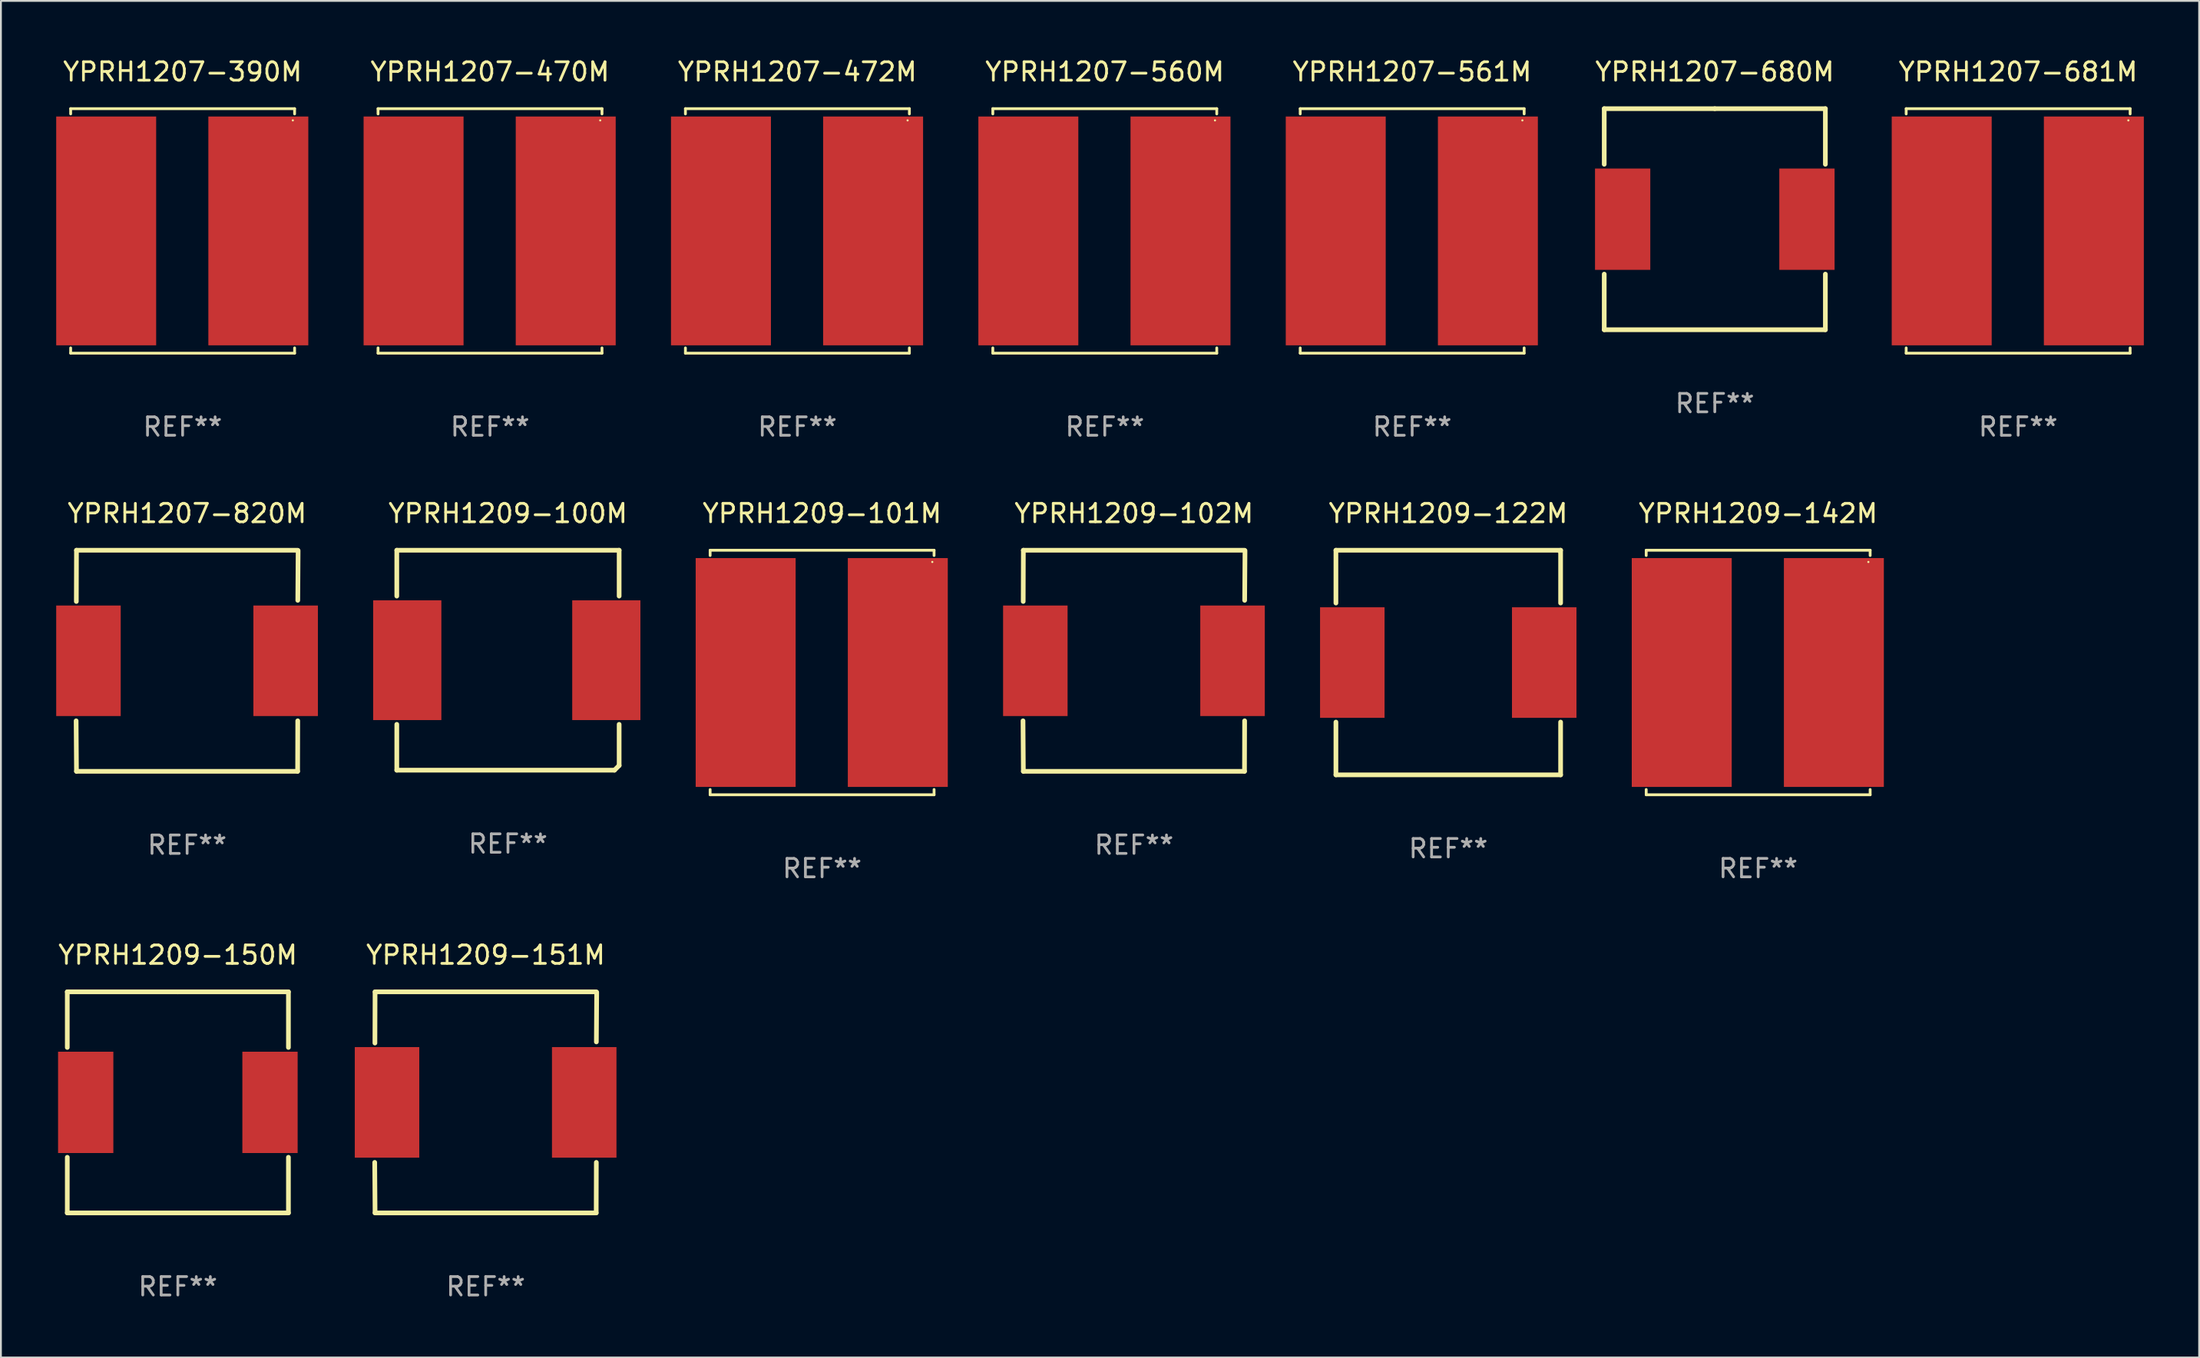
<source format=kicad_pcb>
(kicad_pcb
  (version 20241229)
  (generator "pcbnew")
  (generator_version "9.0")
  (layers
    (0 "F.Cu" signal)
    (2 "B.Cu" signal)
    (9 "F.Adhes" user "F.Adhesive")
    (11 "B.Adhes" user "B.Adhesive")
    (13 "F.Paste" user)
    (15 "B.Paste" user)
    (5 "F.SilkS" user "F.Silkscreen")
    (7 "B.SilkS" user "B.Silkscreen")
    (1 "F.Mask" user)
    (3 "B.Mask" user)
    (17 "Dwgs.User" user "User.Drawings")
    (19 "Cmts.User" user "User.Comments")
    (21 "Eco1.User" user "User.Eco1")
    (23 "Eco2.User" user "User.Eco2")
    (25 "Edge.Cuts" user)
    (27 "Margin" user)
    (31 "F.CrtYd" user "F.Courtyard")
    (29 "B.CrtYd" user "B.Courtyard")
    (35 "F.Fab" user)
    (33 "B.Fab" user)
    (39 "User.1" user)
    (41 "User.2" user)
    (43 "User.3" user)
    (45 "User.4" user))
  (footprint "YPRH1209-102M"
    (layer "F.Cu")
    (at 58.485 32.817)
    (property "Reference" "YPRH1209-102M" (at 0 -8 0) (layer "F.SilkS") (effects (font (size 1 1) (thickness 0.15))))
    (attr through_hole)
    (fp_line (start -6.012 -3.22) (end -6.004 -6) (stroke (width 0.254) (type solid)) (layer "F.SilkS"))
    (fp_line (start -6.004 -6) (end 5.996 -6) (stroke (width 0.254) (type solid)) (layer "F.SilkS"))
    (fp_line (start -6.004 6) (end -6.023 3.258) (stroke (width 0.254) (type solid)) (layer "F.SilkS"))
    (fp_line (start -6.004 6) (end 5.996 6) (stroke (width 0.254) (type solid)) (layer "F.SilkS"))
    (fp_line (start 5.996 6) (end 6.003 3.258) (stroke (width 0.254) (type solid)) (layer "F.SilkS"))
    (fp_line (start 6.005 -3.282) (end 6.023 -5.98) (stroke (width 0.254) (type solid)) (layer "F.SilkS"))
    (fp_circle (center -6.004 6) (end -5.974 6) (stroke (width 0.06) (type solid)) (fill no) (layer "F.SilkS"))
    (fp_text user "REF**" (at 0 10 0) (layer "F.Fab") (effects (font (size 1 1) (thickness 0.15))))
    (pad "1" smd rect (at -5.354 0) (size 3.5 6) (layers "F.Cu" "F.Mask" "F.Paste"))
    (pad "2" smd rect (at 5.346 0) (size 3.5 6) (layers "F.Cu" "F.Mask" "F.Paste")))
  (footprint "YPRH1209-142M"
    (layer "F.Cu")
    (at 92.355 33.453)
    (property "Reference" "YPRH1209-142M" (at 0 -8.636 0) (layer "F.SilkS") (effects (font (size 1 1) (thickness 0.15))))
    (attr through_hole)
    (fp_line (start -6.076 -6.636) (end -6.076 -6.35) (stroke (width 0.152) (type solid)) (layer "F.SilkS"))
    (fp_line (start -6.076 6.636) (end -6.076 6.35) (stroke (width 0.152) (type solid)) (layer "F.SilkS"))
    (fp_line (start 6.076 -6.636) (end -6.076 -6.636) (stroke (width 0.152) (type solid)) (layer "F.SilkS"))
    (fp_line (start 6.076 -6.35) (end 6.076 -6.636) (stroke (width 0.152) (type solid)) (layer "F.SilkS"))
    (fp_line (start 6.076 6.35) (end 6.076 6.636) (stroke (width 0.152) (type solid)) (layer "F.SilkS"))
    (fp_line (start 6.076 6.636) (end -6.076 6.636) (stroke (width 0.152) (type solid)) (layer "F.SilkS"))
    (fp_circle (center 5.98 -6) (end 6.01 -6) (stroke (width 0.06) (type solid)) (fill no) (layer "F.SilkS"))
    (fp_text user "REF**" (at 0 10.636 0) (layer "F.Fab") (effects (font (size 1 1) (thickness 0.15))))
    (pad "1" smd rect (at 4.108 0) (size 5.424 12.42) (layers "F.Cu" "F.Mask" "F.Paste"))
    (pad "2" smd rect (at -4.148 0) (size 5.424 12.42) (layers "F.Cu" "F.Mask" "F.Paste")))
  (footprint "YPRH1209-100M"
    (layer "F.Cu")
    (at 24.514 32.786)
    (property "Reference" "YPRH1209-100M" (at 0 -7.969 0) (layer "F.SilkS") (effects (font (size 1 1) (thickness 0.15))))
    (attr through_hole)
    (fp_line (start -6.033 -5.969) (end 6.033 -5.969) (stroke (width 0.254) (type solid)) (layer "F.SilkS"))
    (fp_line (start -6.033 -3.481) (end -6.033 -5.969) (stroke (width 0.254) (type solid)) (layer "F.SilkS"))
    (fp_line (start -6.033 5.969) (end -6.033 3.481) (stroke (width 0.254) (type solid)) (layer "F.SilkS"))
    (fp_line (start 5.779 5.969) (end -6.033 5.969) (stroke (width 0.254) (type solid)) (layer "F.SilkS"))
    (fp_line (start 6.033 -5.969) (end 6.033 -3.481) (stroke (width 0.254) (type solid)) (layer "F.SilkS"))
    (fp_line (start 6.033 3.481) (end 6.033 5.715) (stroke (width 0.254) (type solid)) (layer "F.SilkS"))
    (fp_line (start 6.033 5.715) (end 5.779 5.969) (stroke (width 0.254) (type solid)) (layer "F.SilkS"))
    (fp_circle (center 5.936 -6) (end 5.966 -6) (stroke (width 0.06) (type solid)) (fill no) (layer "F.SilkS"))
    (fp_text user "REF**" (at 0 9.969 0) (layer "F.Fab") (effects (font (size 1 1) (thickness 0.15))))
    (pad "1" smd rect (at 5.337 0) (size 3.7 6.5) (layers "F.Cu" "F.Mask" "F.Paste"))
    (pad "2" smd rect (at -5.464 0) (size 3.7 6.5) (layers "F.Cu" "F.Mask" "F.Paste")))
  (footprint "YPRH1207-561M"
    (layer "F.Cu")
    (at 73.58 9.484)
    (property "Reference" "YPRH1207-561M" (at 0 -8.636 0) (layer "F.SilkS") (effects (font (size 1 1) (thickness 0.15))))
    (attr through_hole)
    (fp_line (start -6.076 -6.636) (end -6.076 -6.35) (stroke (width 0.152) (type solid)) (layer "F.SilkS"))
    (fp_line (start -6.076 6.636) (end -6.076 6.35) (stroke (width 0.152) (type solid)) (layer "F.SilkS"))
    (fp_line (start 6.076 -6.636) (end -6.076 -6.636) (stroke (width 0.152) (type solid)) (layer "F.SilkS"))
    (fp_line (start 6.076 -6.35) (end 6.076 -6.636) (stroke (width 0.152) (type solid)) (layer "F.SilkS"))
    (fp_line (start 6.076 6.35) (end 6.076 6.636) (stroke (width 0.152) (type solid)) (layer "F.SilkS"))
    (fp_line (start 6.076 6.636) (end -6.076 6.636) (stroke (width 0.152) (type solid)) (layer "F.SilkS"))
    (fp_circle (center 5.98 -6) (end 6.01 -6) (stroke (width 0.06) (type solid)) (fill no) (layer "F.SilkS"))
    (fp_text user "REF**" (at 0 10.636 0) (layer "F.Fab") (effects (font (size 1 1) (thickness 0.15))))
    (pad "1" smd rect (at 4.108 0) (size 5.424 12.42) (layers "F.Cu" "F.Mask" "F.Paste"))
    (pad "2" smd rect (at -4.148 0) (size 5.424 12.42) (layers "F.Cu" "F.Mask" "F.Paste")))
  (footprint "YPRH1207-820M"
    (layer "F.Cu")
    (at 7.104 32.817)
    (property "Reference" "YPRH1207-820M" (at 0 -8 0) (layer "F.SilkS") (effects (font (size 1 1) (thickness 0.15))))
    (attr through_hole)
    (fp_line (start -6.012 -3.22) (end -6.004 -6) (stroke (width 0.254) (type solid)) (layer "F.SilkS"))
    (fp_line (start -6.004 -6) (end 5.996 -6) (stroke (width 0.254) (type solid)) (layer "F.SilkS"))
    (fp_line (start -6.004 6) (end -6.023 3.258) (stroke (width 0.254) (type solid)) (layer "F.SilkS"))
    (fp_line (start -6.004 6) (end 5.996 6) (stroke (width 0.254) (type solid)) (layer "F.SilkS"))
    (fp_line (start 5.996 6) (end 6.003 3.258) (stroke (width 0.254) (type solid)) (layer "F.SilkS"))
    (fp_line (start 6.005 -3.282) (end 6.023 -5.98) (stroke (width 0.254) (type solid)) (layer "F.SilkS"))
    (fp_circle (center -6.004 6) (end -5.974 6) (stroke (width 0.06) (type solid)) (fill no) (layer "F.SilkS"))
    (fp_text user "REF**" (at 0 10 0) (layer "F.Fab") (effects (font (size 1 1) (thickness 0.15))))
    (pad "1" smd rect (at -5.354 0) (size 3.5 6) (layers "F.Cu" "F.Mask" "F.Paste"))
    (pad "2" smd rect (at 5.346 0) (size 3.5 6) (layers "F.Cu" "F.Mask" "F.Paste")))
  (footprint "YPRH1209-151M"
    (layer "F.Cu")
    (at 23.306 56.786)
    (property "Reference" "YPRH1209-151M" (at 0 -8 0) (layer "F.SilkS") (effects (font (size 1 1) (thickness 0.15))))
    (attr through_hole)
    (fp_line (start -6.012 -3.22) (end -6.004 -6) (stroke (width 0.254) (type solid)) (layer "F.SilkS"))
    (fp_line (start -6.004 -6) (end 5.996 -6) (stroke (width 0.254) (type solid)) (layer "F.SilkS"))
    (fp_line (start -6.004 6) (end -6.023 3.258) (stroke (width 0.254) (type solid)) (layer "F.SilkS"))
    (fp_line (start -6.004 6) (end 5.996 6) (stroke (width 0.254) (type solid)) (layer "F.SilkS"))
    (fp_line (start 5.996 6) (end 6.003 3.258) (stroke (width 0.254) (type solid)) (layer "F.SilkS"))
    (fp_line (start 6.005 -3.282) (end 6.023 -5.98) (stroke (width 0.254) (type solid)) (layer "F.SilkS"))
    (fp_circle (center -6.004 6) (end -5.974 6) (stroke (width 0.06) (type solid)) (fill no) (layer "F.SilkS"))
    (fp_text user "REF**" (at 0 10 0) (layer "F.Fab") (effects (font (size 1 1) (thickness 0.15))))
    (pad "1" smd rect (at -5.354 0) (size 3.5 6) (layers "F.Cu" "F.Mask" "F.Paste"))
    (pad "2" smd rect (at 5.346 0) (size 3.5 6) (layers "F.Cu" "F.Mask" "F.Paste")))
  (footprint "YPRH1209-122M"
    (layer "F.Cu")
    (at 75.538 32.913)
    (property "Reference" "YPRH1209-122M" (at 0 -8.096 0) (layer "F.SilkS") (effects (font (size 1 1) (thickness 0.15))))
    (attr through_hole)
    (fp_line (start -6.096 -6.096) (end 6.096 -6.096) (stroke (width 0.254) (type solid)) (layer "F.SilkS"))
    (fp_line (start -6.096 -3.231) (end -6.096 -6.096) (stroke (width 0.254) (type solid)) (layer "F.SilkS"))
    (fp_line (start -6.096 6.096) (end -6.096 3.231) (stroke (width 0.254) (type solid)) (layer "F.SilkS"))
    (fp_line (start 6.096 -6.096) (end 6.096 -3.231) (stroke (width 0.254) (type solid)) (layer "F.SilkS"))
    (fp_line (start 6.096 3.231) (end 6.096 6.096) (stroke (width 0.254) (type solid)) (layer "F.SilkS"))
    (fp_line (start 6.096 6.096) (end -6.096 6.096) (stroke (width 0.254) (type solid)) (layer "F.SilkS"))
    (fp_circle (center 6 -6) (end 6.03 -6) (stroke (width 0.06) (type solid)) (fill no) (layer "F.SilkS"))
    (fp_text user "REF**" (at 0 10.096 0) (layer "F.Fab") (effects (font (size 1 1) (thickness 0.15))))
    (pad "1" smd rect (at 5.207 0) (size 3.5 6) (layers "F.Cu" "F.Mask" "F.Paste"))
    (pad "2" smd rect (at -5.207 0) (size 3.5 6) (layers "F.Cu" "F.Mask" "F.Paste")))
  (footprint "YPRH1207-560M"
    (layer "F.Cu")
    (at 56.9 9.484)
    (property "Reference" "YPRH1207-560M" (at 0 -8.636 0) (layer "F.SilkS") (effects (font (size 1 1) (thickness 0.15))))
    (attr through_hole)
    (fp_line (start -6.076 -6.636) (end -6.076 -6.35) (stroke (width 0.152) (type solid)) (layer "F.SilkS"))
    (fp_line (start -6.076 6.636) (end -6.076 6.35) (stroke (width 0.152) (type solid)) (layer "F.SilkS"))
    (fp_line (start 6.076 -6.636) (end -6.076 -6.636) (stroke (width 0.152) (type solid)) (layer "F.SilkS"))
    (fp_line (start 6.076 -6.35) (end 6.076 -6.636) (stroke (width 0.152) (type solid)) (layer "F.SilkS"))
    (fp_line (start 6.076 6.35) (end 6.076 6.636) (stroke (width 0.152) (type solid)) (layer "F.SilkS"))
    (fp_line (start 6.076 6.636) (end -6.076 6.636) (stroke (width 0.152) (type solid)) (layer "F.SilkS"))
    (fp_circle (center 5.98 -6) (end 6.01 -6) (stroke (width 0.06) (type solid)) (fill no) (layer "F.SilkS"))
    (fp_text user "REF**" (at 0 10.636 0) (layer "F.Fab") (effects (font (size 1 1) (thickness 0.15))))
    (pad "1" smd rect (at 4.108 0) (size 5.424 12.42) (layers "F.Cu" "F.Mask" "F.Paste"))
    (pad "2" smd rect (at -4.148 0) (size 5.424 12.42) (layers "F.Cu" "F.Mask" "F.Paste")))
  (footprint "YPRH1207-680M"
    (layer "F.Cu")
    (at 90.001 8.848)
    (property "Reference" "YPRH1207-680M" (at 0 -8 0) (layer "F.SilkS") (effects (font (size 1 1) (thickness 0.15))))
    (attr through_hole)
    (fp_line (start -6 -6) (end 0 -6) (stroke (width 0.254) (type solid)) (layer "F.SilkS"))
    (fp_line (start -6 -2.981) (end -6 -6) (stroke (width 0.254) (type solid)) (layer "F.SilkS"))
    (fp_line (start -6 6) (end -6 2.981) (stroke (width 0.254) (type solid)) (layer "F.SilkS"))
    (fp_line (start 0 -6) (end 6 -6) (stroke (width 0.254) (type solid)) (layer "F.SilkS"))
    (fp_line (start 6 -6) (end 6 -2.981) (stroke (width 0.254) (type solid)) (layer "F.SilkS"))
    (fp_line (start 6 2.981) (end 6 6) (stroke (width 0.254) (type solid)) (layer "F.SilkS"))
    (fp_line (start 6 6) (end -6 6) (stroke (width 0.254) (type solid)) (layer "F.SilkS"))
    (fp_circle (center -6 6) (end -5.97 6) (stroke (width 0.06) (type solid)) (fill no) (layer "F.SilkS"))
    (fp_text user "REF**" (at 0 10 0) (layer "F.Fab") (effects (font (size 1 1) (thickness 0.15))))
    (pad "1" smd rect (at -5 0) (size 3 5.5) (layers "F.Cu" "F.Mask" "F.Paste"))
    (pad "2" smd rect (at 5 0) (size 3 5.5) (layers "F.Cu" "F.Mask" "F.Paste")))
  (footprint "YPRH1207-470M"
    (layer "F.Cu")
    (at 23.54 9.484)
    (property "Reference" "YPRH1207-470M" (at 0 -8.636 0) (layer "F.SilkS") (effects (font (size 1 1) (thickness 0.15))))
    (attr through_hole)
    (fp_line (start -6.076 -6.636) (end -6.076 -6.35) (stroke (width 0.152) (type solid)) (layer "F.SilkS"))
    (fp_line (start -6.076 6.636) (end -6.076 6.35) (stroke (width 0.152) (type solid)) (layer "F.SilkS"))
    (fp_line (start 6.076 -6.636) (end -6.076 -6.636) (stroke (width 0.152) (type solid)) (layer "F.SilkS"))
    (fp_line (start 6.076 -6.35) (end 6.076 -6.636) (stroke (width 0.152) (type solid)) (layer "F.SilkS"))
    (fp_line (start 6.076 6.35) (end 6.076 6.636) (stroke (width 0.152) (type solid)) (layer "F.SilkS"))
    (fp_line (start 6.076 6.636) (end -6.076 6.636) (stroke (width 0.152) (type solid)) (layer "F.SilkS"))
    (fp_circle (center 5.98 -6) (end 6.01 -6) (stroke (width 0.06) (type solid)) (fill no) (layer "F.SilkS"))
    (fp_text user "REF**" (at 0 10.636 0) (layer "F.Fab") (effects (font (size 1 1) (thickness 0.15))))
    (pad "1" smd rect (at 4.108 0) (size 5.424 12.42) (layers "F.Cu" "F.Mask" "F.Paste"))
    (pad "2" smd rect (at -4.148 0) (size 5.424 12.42) (layers "F.Cu" "F.Mask" "F.Paste")))
  (footprint "YPRH1209-150M"
    (layer "F.Cu")
    (at 6.601 56.786)
    (property "Reference" "YPRH1209-150M" (at 0 -8 0) (layer "F.SilkS") (effects (font (size 1 1) (thickness 0.15))))
    (attr through_hole)
    (fp_line (start -6 -6) (end 0 -6) (stroke (width 0.254) (type solid)) (layer "F.SilkS"))
    (fp_line (start -6 -2.981) (end -6 -6) (stroke (width 0.254) (type solid)) (layer "F.SilkS"))
    (fp_line (start -6 6) (end -6 2.981) (stroke (width 0.254) (type solid)) (layer "F.SilkS"))
    (fp_line (start 0 -6) (end 6 -6) (stroke (width 0.254) (type solid)) (layer "F.SilkS"))
    (fp_line (start 6 -6) (end 6 -2.981) (stroke (width 0.254) (type solid)) (layer "F.SilkS"))
    (fp_line (start 6 2.981) (end 6 6) (stroke (width 0.254) (type solid)) (layer "F.SilkS"))
    (fp_line (start 6 6) (end -6 6) (stroke (width 0.254) (type solid)) (layer "F.SilkS"))
    (fp_circle (center -6 6) (end -5.97 6) (stroke (width 0.06) (type solid)) (fill no) (layer "F.SilkS"))
    (fp_text user "REF**" (at 0 10 0) (layer "F.Fab") (effects (font (size 1 1) (thickness 0.15))))
    (pad "1" smd rect (at -5 0) (size 3 5.5) (layers "F.Cu" "F.Mask" "F.Paste"))
    (pad "2" smd rect (at 5 0) (size 3 5.5) (layers "F.Cu" "F.Mask" "F.Paste")))
  (footprint "YPRH1209-101M"
    (layer "F.Cu")
    (at 41.56 33.453)
    (property "Reference" "YPRH1209-101M" (at 0 -8.636 0) (layer "F.SilkS") (effects (font (size 1 1) (thickness 0.15))))
    (attr through_hole)
    (fp_line (start -6.076 -6.636) (end -6.076 -6.35) (stroke (width 0.152) (type solid)) (layer "F.SilkS"))
    (fp_line (start -6.076 6.636) (end -6.076 6.35) (stroke (width 0.152) (type solid)) (layer "F.SilkS"))
    (fp_line (start 6.076 -6.636) (end -6.076 -6.636) (stroke (width 0.152) (type solid)) (layer "F.SilkS"))
    (fp_line (start 6.076 -6.35) (end 6.076 -6.636) (stroke (width 0.152) (type solid)) (layer "F.SilkS"))
    (fp_line (start 6.076 6.35) (end 6.076 6.636) (stroke (width 0.152) (type solid)) (layer "F.SilkS"))
    (fp_line (start 6.076 6.636) (end -6.076 6.636) (stroke (width 0.152) (type solid)) (layer "F.SilkS"))
    (fp_circle (center 5.98 -6) (end 6.01 -6) (stroke (width 0.06) (type solid)) (fill no) (layer "F.SilkS"))
    (fp_text user "REF**" (at 0 10.636 0) (layer "F.Fab") (effects (font (size 1 1) (thickness 0.15))))
    (pad "1" smd rect (at 4.108 0) (size 5.424 12.42) (layers "F.Cu" "F.Mask" "F.Paste"))
    (pad "2" smd rect (at -4.148 0) (size 5.424 12.42) (layers "F.Cu" "F.Mask" "F.Paste")))
  (footprint "YPRH1207-390M"
    (layer "F.Cu")
    (at 6.86 9.484)
    (property "Reference" "YPRH1207-390M" (at 0 -8.636 0) (layer "F.SilkS") (effects (font (size 1 1) (thickness 0.15))))
    (attr through_hole)
    (fp_line (start -6.076 -6.636) (end -6.076 -6.35) (stroke (width 0.152) (type solid)) (layer "F.SilkS"))
    (fp_line (start -6.076 6.636) (end -6.076 6.35) (stroke (width 0.152) (type solid)) (layer "F.SilkS"))
    (fp_line (start 6.076 -6.636) (end -6.076 -6.636) (stroke (width 0.152) (type solid)) (layer "F.SilkS"))
    (fp_line (start 6.076 -6.35) (end 6.076 -6.636) (stroke (width 0.152) (type solid)) (layer "F.SilkS"))
    (fp_line (start 6.076 6.35) (end 6.076 6.636) (stroke (width 0.152) (type solid)) (layer "F.SilkS"))
    (fp_line (start 6.076 6.636) (end -6.076 6.636) (stroke (width 0.152) (type solid)) (layer "F.SilkS"))
    (fp_circle (center 5.98 -6) (end 6.01 -6) (stroke (width 0.06) (type solid)) (fill no) (layer "F.SilkS"))
    (fp_text user "REF**" (at 0 10.636 0) (layer "F.Fab") (effects (font (size 1 1) (thickness 0.15))))
    (pad "1" smd rect (at 4.108 0) (size 5.424 12.42) (layers "F.Cu" "F.Mask" "F.Paste"))
    (pad "2" smd rect (at -4.148 0) (size 5.424 12.42) (layers "F.Cu" "F.Mask" "F.Paste")))
  (footprint "YPRH1207-472M"
    (layer "F.Cu")
    (at 40.22 9.484)
    (property "Reference" "YPRH1207-472M" (at 0 -8.636 0) (layer "F.SilkS") (effects (font (size 1 1) (thickness 0.15))))
    (attr through_hole)
    (fp_line (start -6.076 -6.636) (end -6.076 -6.35) (stroke (width 0.152) (type solid)) (layer "F.SilkS"))
    (fp_line (start -6.076 6.636) (end -6.076 6.35) (stroke (width 0.152) (type solid)) (layer "F.SilkS"))
    (fp_line (start 6.076 -6.636) (end -6.076 -6.636) (stroke (width 0.152) (type solid)) (layer "F.SilkS"))
    (fp_line (start 6.076 -6.35) (end 6.076 -6.636) (stroke (width 0.152) (type solid)) (layer "F.SilkS"))
    (fp_line (start 6.076 6.35) (end 6.076 6.636) (stroke (width 0.152) (type solid)) (layer "F.SilkS"))
    (fp_line (start 6.076 6.636) (end -6.076 6.636) (stroke (width 0.152) (type solid)) (layer "F.SilkS"))
    (fp_circle (center 5.98 -6) (end 6.01 -6) (stroke (width 0.06) (type solid)) (fill no) (layer "F.SilkS"))
    (fp_text user "REF**" (at 0 10.636 0) (layer "F.Fab") (effects (font (size 1 1) (thickness 0.15))))
    (pad "1" smd rect (at 4.108 0) (size 5.424 12.42) (layers "F.Cu" "F.Mask" "F.Paste"))
    (pad "2" smd rect (at -4.148 0) (size 5.424 12.42) (layers "F.Cu" "F.Mask" "F.Paste")))
  (footprint "YPRH1207-681M"
    (layer "F.Cu")
    (at 106.462 9.484)
    (property "Reference" "YPRH1207-681M" (at 0 -8.636 0) (layer "F.SilkS") (effects (font (size 1 1) (thickness 0.15))))
    (attr through_hole)
    (fp_line (start -6.076 -6.636) (end -6.076 -6.35) (stroke (width 0.152) (type solid)) (layer "F.SilkS"))
    (fp_line (start -6.076 6.636) (end -6.076 6.35) (stroke (width 0.152) (type solid)) (layer "F.SilkS"))
    (fp_line (start 6.076 -6.636) (end -6.076 -6.636) (stroke (width 0.152) (type solid)) (layer "F.SilkS"))
    (fp_line (start 6.076 -6.35) (end 6.076 -6.636) (stroke (width 0.152) (type solid)) (layer "F.SilkS"))
    (fp_line (start 6.076 6.35) (end 6.076 6.636) (stroke (width 0.152) (type solid)) (layer "F.SilkS"))
    (fp_line (start 6.076 6.636) (end -6.076 6.636) (stroke (width 0.152) (type solid)) (layer "F.SilkS"))
    (fp_circle (center 5.98 -6) (end 6.01 -6) (stroke (width 0.06) (type solid)) (fill no) (layer "F.SilkS"))
    (fp_text user "REF**" (at 0 10.636 0) (layer "F.Fab") (effects (font (size 1 1) (thickness 0.15))))
    (pad "1" smd rect (at 4.108 0) (size 5.424 12.42) (layers "F.Cu" "F.Mask" "F.Paste"))
    (pad "2" smd rect (at -4.148 0) (size 5.424 12.42) (layers "F.Cu" "F.Mask" "F.Paste")))
  (gr_rect
    (start -3 -3)
    (end 116.283 70.634)
    (stroke (width 0.1) (type default))
    (fill no)
    (layer "Edge.Cuts")))
</source>
